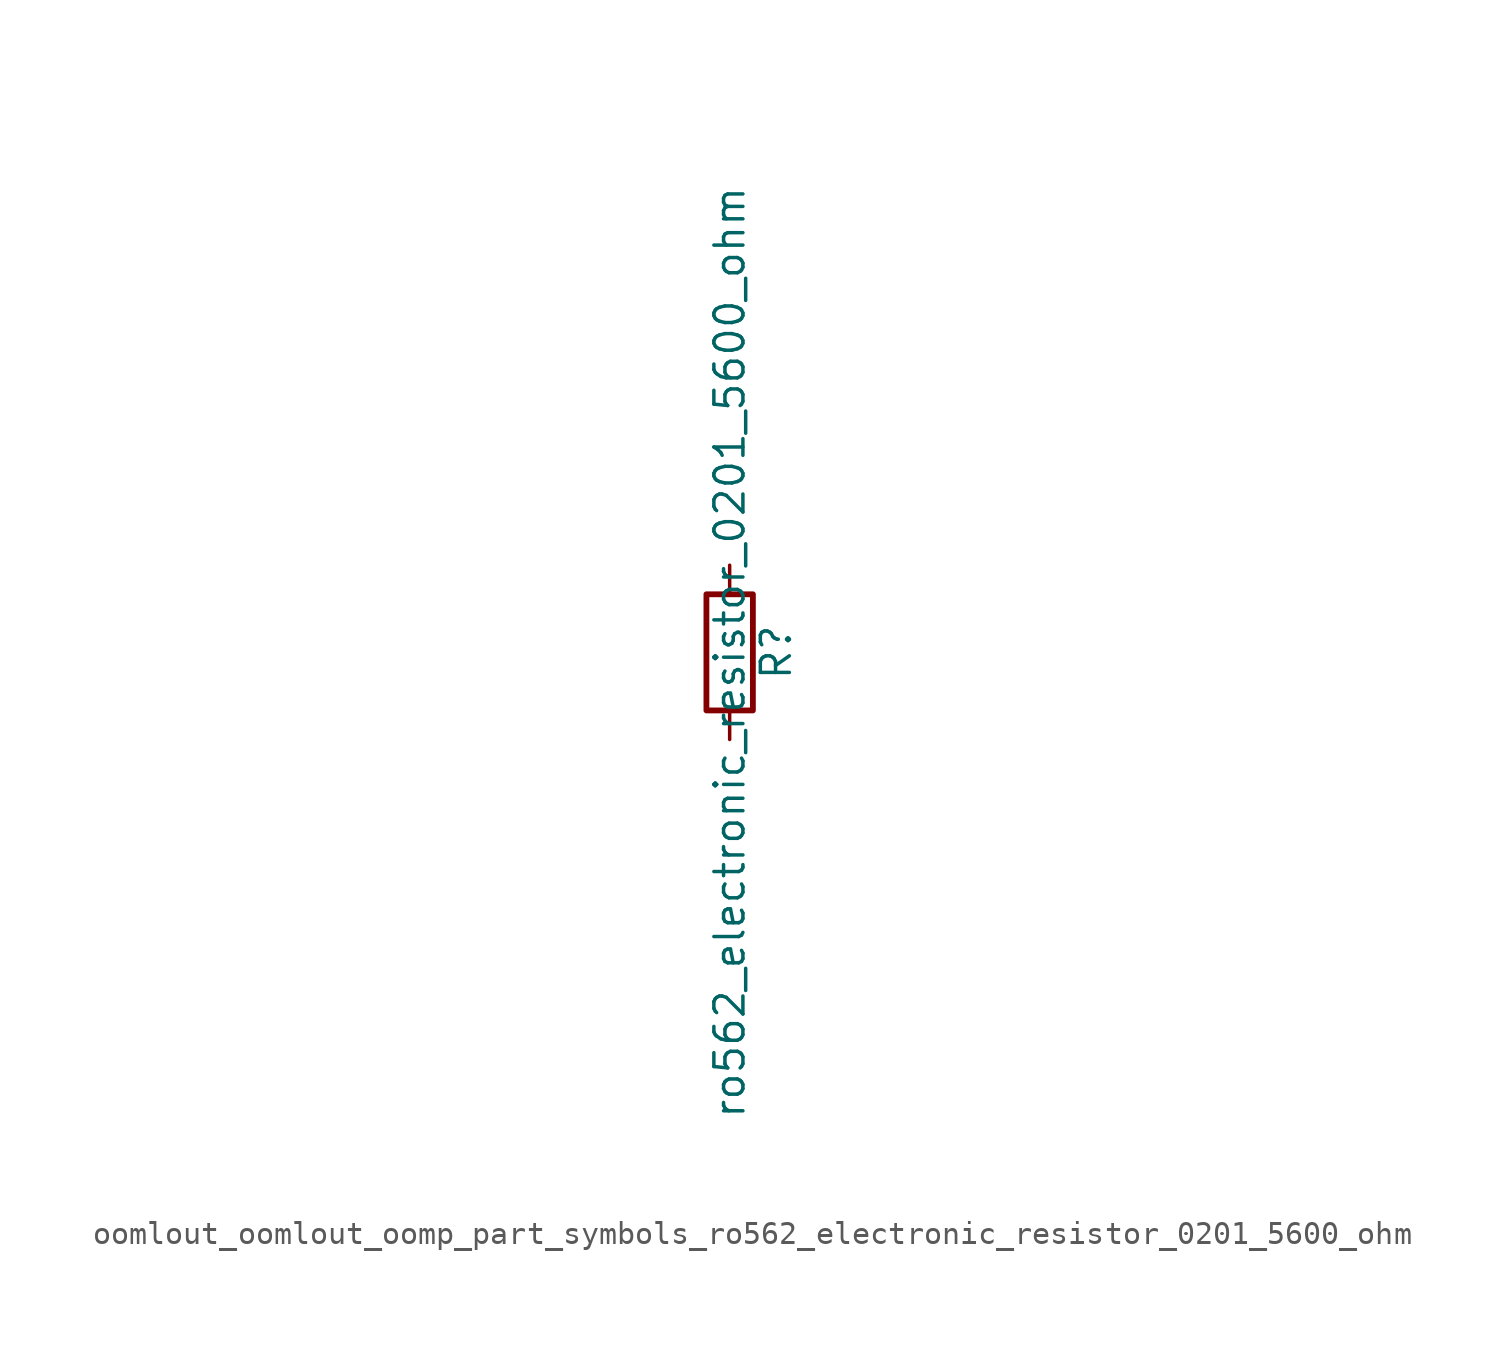
<source format=kicad_sym>
(kicad_symbol_lib
  (version 20220914)
  (generator kicad_symbol_editor)
  (symbol "oomlout_oomlout_oomp_part_symbols_ro562_electronic_resistor_0201_5600_ohm"
    (pin_numbers hide)
    (pin_names
      (offset 0))
    (property "Reference" "R"
      (at 2.032 0 90)
      (effects (font (size 1.27 1.27))))
    (property "Value" "ro562_electronic_resistor_0201_5600_ohm"
      (at 0 0 90)
      (effects (font (size 1.27 1.27))))
    (symbol "oomlout_oomlout_oomp_part_symbols_ro562_electronic_resistor_0201_5600_ohm_0_1"
      (rectangle (start -1.016 -2.54) (end 1.016 2.54) (stroke (width 0.254) (type default)) (fill (type none))))
    (symbol "oomlout_oomlout_oomp_part_symbols_ro562_electronic_resistor_0201_5600_ohm_1_1"
      (pin passive line (at 0 3.81 270) (length 1.27) (name "~" (effects (font (size 1.27 1.27)))) (number "1" (effects (font (size 1.27 1.27)))))
      (pin passive line (at 0 -3.81 90) (length 1.27) (name "~" (effects (font (size 1.27 1.27)))) (number "2" (effects (font (size 1.27 1.27))))))))
</source>
